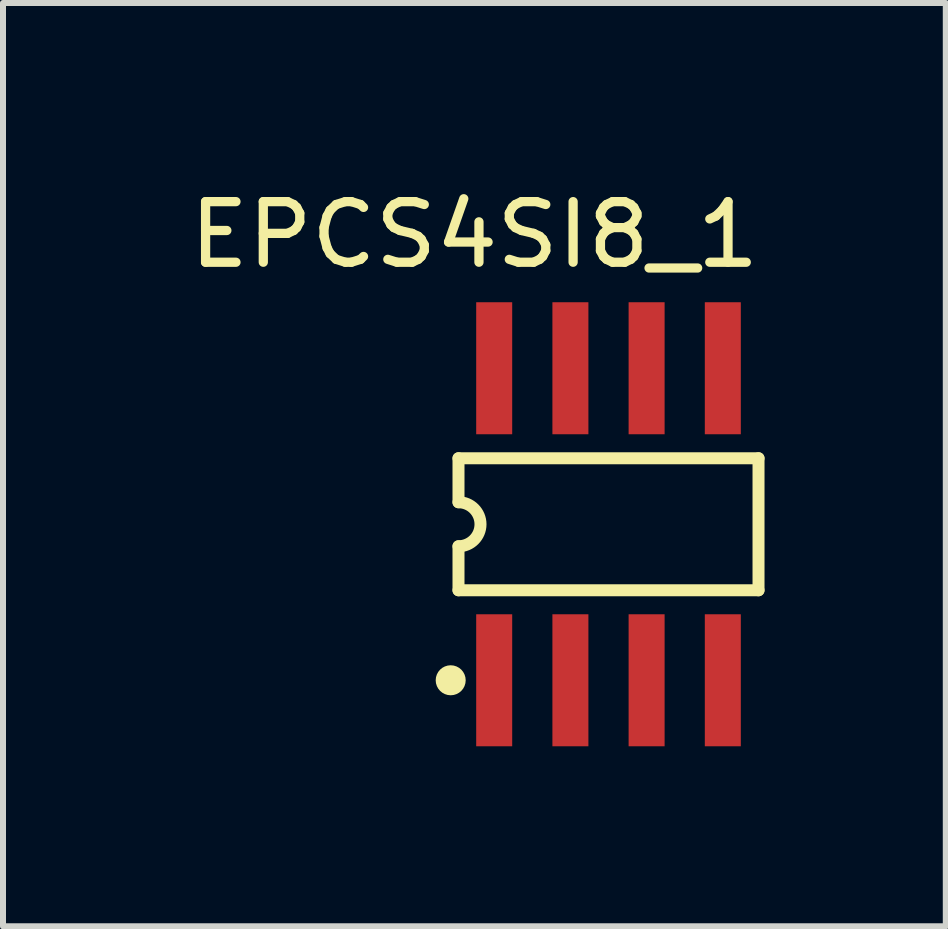
<source format=kicad_pcb>
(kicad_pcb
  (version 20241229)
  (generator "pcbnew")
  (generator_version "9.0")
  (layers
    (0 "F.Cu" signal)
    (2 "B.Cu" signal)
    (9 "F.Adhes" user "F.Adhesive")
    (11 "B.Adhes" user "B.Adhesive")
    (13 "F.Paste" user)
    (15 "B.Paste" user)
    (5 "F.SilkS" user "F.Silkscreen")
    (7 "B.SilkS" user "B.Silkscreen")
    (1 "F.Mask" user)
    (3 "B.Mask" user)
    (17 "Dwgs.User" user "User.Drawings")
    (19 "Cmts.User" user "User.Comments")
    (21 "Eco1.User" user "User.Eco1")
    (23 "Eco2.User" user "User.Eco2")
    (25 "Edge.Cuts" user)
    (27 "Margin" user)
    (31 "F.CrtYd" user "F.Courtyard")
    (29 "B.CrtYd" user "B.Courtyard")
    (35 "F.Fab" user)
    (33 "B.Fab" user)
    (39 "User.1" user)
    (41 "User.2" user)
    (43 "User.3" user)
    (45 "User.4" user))
  (footprint "EPCS4SI8_1"
    (layer "F.Cu")
    (at 7.091 5.687)
    (property "Reference" "EPCS4SI8_1" (at -2.235 -4.826 0) (unlocked yes) (layer "F.SilkS") (effects (font (size 1.01 1.063) (thickness 0.154))))
    (fp_line (start -2.5 -1.1) (end 2.5 -1.1) (stroke (width 0.2) (type solid)) (layer "F.SilkS"))
    (fp_line (start -2.5 -0.367) (end -2.5 -1.1) (stroke (width 0.2) (type solid)) (layer "F.SilkS"))
    (fp_line (start -2.5 1.1) (end -2.5 0.367) (stroke (width 0.2) (type solid)) (layer "F.SilkS"))
    (fp_line (start -2.5 1.1) (end 2.5 1.1) (stroke (width 0.2) (type solid)) (layer "F.SilkS"))
    (fp_line (start 2.5 1.1) (end 2.5 -1.1) (stroke (width 0.2) (type solid)) (layer "F.SilkS"))
    (fp_arc (start -2.5 -0.36667) (mid -2.13333 0) (end -2.5 0.36667) (stroke (width 0.2) (type solid)) (layer "F.SilkS"))
    (fp_circle (center -2.63 2.6) (end -2.63 2.6) (stroke (width 0.25) (type solid)) (fill no) (layer "F.SilkS"))
    (pad "1" smd rect (at -1.905 2.6 180) (size 0.6 2.2) (layers "F.Cu" "F.Mask" "F.Paste"))
    (pad "2" smd rect (at -0.635 2.6 180) (size 0.6 2.2) (layers "F.Cu" "F.Mask" "F.Paste"))
    (pad "3" smd rect (at 0.635 2.6 180) (size 0.6 2.2) (layers "F.Cu" "F.Mask" "F.Paste"))
    (pad "4" smd rect (at 1.905 2.6 180) (size 0.6 2.2) (layers "F.Cu" "F.Mask" "F.Paste"))
    (pad "5" smd rect (at 1.905 -2.6 180) (size 0.6 2.2) (layers "F.Cu" "F.Mask" "F.Paste"))
    (pad "6" smd rect (at 0.635 -2.6 180) (size 0.6 2.2) (layers "F.Cu" "F.Mask" "F.Paste"))
    (pad "7" smd rect (at -0.635 -2.6 180) (size 0.6 2.2) (layers "F.Cu" "F.Mask" "F.Paste"))
    (pad "8" smd rect (at -1.905 -2.6 180) (size 0.6 2.2) (layers "F.Cu" "F.Mask" "F.Paste")))
  (gr_rect
    (start -3 -3)
    (end 12.712 12.387)
    (stroke (width 0.1) (type default))
    (fill no)
    (layer "Edge.Cuts")))
</source>
